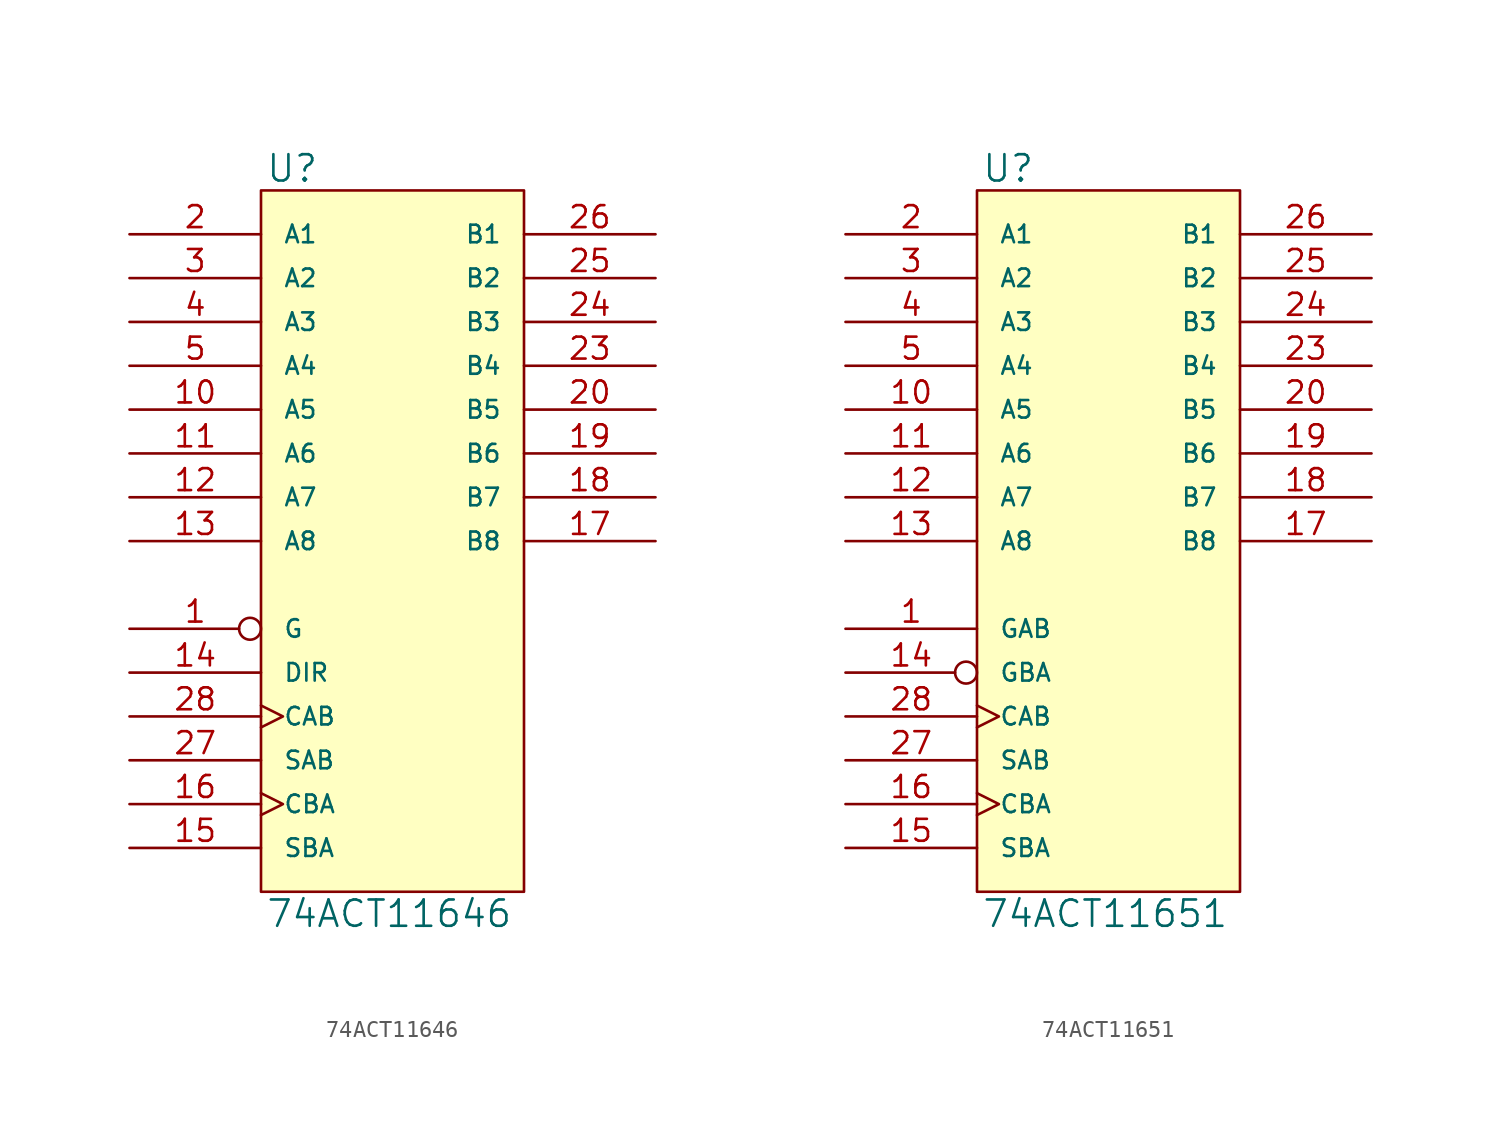
<source format=kicad_sym>
(kicad_symbol_lib
  (version 20231120)
  (generator "kicad_symbol_editor")
  (generator_version "8.0")
  (symbol "74ACT11646"
    (pin_names
      (offset 1.27))
    (property "Reference" "U"
      (at 0.254 0.381 0)
      (effects (font (size 1.524 1.524)) (justify left bottom)))
    (property "Value" "74ACT11646"
      (at 0.254 -41.021 0)
      (effects (font (size 1.524 1.524)) (justify left top)))
    (symbol "74ACT11646_0_1"
      (rectangle (start 0 0) (end 15.24 -40.64) (stroke (width 0) (type solid)) (fill (type background))))
    (symbol "74ACT11646_1_1"
      (pin input inverted (at -7.62 -25.4 0) (length 7.62) (name "G" (effects (font (size 1.016 1.016)))) (number "1" (effects (font (size 1.27 1.27)))))
      (pin bidirectional line (at -7.62 -12.7 0) (length 7.62) (name "A5" (effects (font (size 1.016 1.016)))) (number "10" (effects (font (size 1.27 1.27)))))
      (pin bidirectional line (at -7.62 -15.24 0) (length 7.62) (name "A6" (effects (font (size 1.016 1.016)))) (number "11" (effects (font (size 1.27 1.27)))))
      (pin bidirectional line (at -7.62 -17.78 0) (length 7.62) (name "A7" (effects (font (size 1.016 1.016)))) (number "12" (effects (font (size 1.27 1.27)))))
      (pin bidirectional line (at -7.62 -20.32 0) (length 7.62) (name "A8" (effects (font (size 1.016 1.016)))) (number "13" (effects (font (size 1.27 1.27)))))
      (pin input line (at -7.62 -27.94 0) (length 7.62) (name "DIR" (effects (font (size 1.016 1.016)))) (number "14" (effects (font (size 1.27 1.27)))))
      (pin input line (at -7.62 -38.1 0) (length 7.62) (name "SBA" (effects (font (size 1.016 1.016)))) (number "15" (effects (font (size 1.27 1.27)))))
      (pin input clock (at -7.62 -35.56 0) (length 7.62) (name "CBA" (effects (font (size 1.016 1.016)))) (number "16" (effects (font (size 1.27 1.27)))))
      (pin bidirectional line (at 22.86 -20.32 180) (length 7.62) (name "B8" (effects (font (size 1.016 1.016)))) (number "17" (effects (font (size 1.27 1.27)))))
      (pin bidirectional line (at 22.86 -17.78 180) (length 7.62) (name "B7" (effects (font (size 1.016 1.016)))) (number "18" (effects (font (size 1.27 1.27)))))
      (pin bidirectional line (at 22.86 -15.24 180) (length 7.62) (name "B6" (effects (font (size 1.016 1.016)))) (number "19" (effects (font (size 1.27 1.27)))))
      (pin bidirectional line (at -7.62 -2.54 0) (length 7.62) (name "A1" (effects (font (size 1.016 1.016)))) (number "2" (effects (font (size 1.27 1.27)))))
      (pin bidirectional line (at 22.86 -12.7 180) (length 7.62) (name "B5" (effects (font (size 1.016 1.016)))) (number "20" (effects (font (size 1.27 1.27)))))
      (pin power_in line (at 2.54 0 270) (length 0) hide (name "VCC" (effects (font (size 1.016 1.016)))) (number "21" (effects (font (size 1.27 1.27)))))
      (pin power_in line (at 0 0 270) (length 0) hide (name "VCC" (effects (font (size 1.016 1.016)))) (number "22" (effects (font (size 1.27 1.27)))))
      (pin bidirectional line (at 22.86 -10.16 180) (length 7.62) (name "B4" (effects (font (size 1.016 1.016)))) (number "23" (effects (font (size 1.27 1.27)))))
      (pin bidirectional line (at 22.86 -7.62 180) (length 7.62) (name "B3" (effects (font (size 1.016 1.016)))) (number "24" (effects (font (size 1.27 1.27)))))
      (pin bidirectional line (at 22.86 -5.08 180) (length 7.62) (name "B2" (effects (font (size 1.016 1.016)))) (number "25" (effects (font (size 1.27 1.27)))))
      (pin bidirectional line (at 22.86 -2.54 180) (length 7.62) (name "B1" (effects (font (size 1.016 1.016)))) (number "26" (effects (font (size 1.27 1.27)))))
      (pin input line (at -7.62 -33.02 0) (length 7.62) (name "SAB" (effects (font (size 1.016 1.016)))) (number "27" (effects (font (size 1.27 1.27)))))
      (pin input clock (at -7.62 -30.48 0) (length 7.62) (name "CAB" (effects (font (size 1.016 1.016)))) (number "28" (effects (font (size 1.27 1.27)))))
      (pin bidirectional line (at -7.62 -5.08 0) (length 7.62) (name "A2" (effects (font (size 1.016 1.016)))) (number "3" (effects (font (size 1.27 1.27)))))
      (pin bidirectional line (at -7.62 -7.62 0) (length 7.62) (name "A3" (effects (font (size 1.016 1.016)))) (number "4" (effects (font (size 1.27 1.27)))))
      (pin bidirectional line (at -7.62 -10.16 0) (length 7.62) (name "A4" (effects (font (size 1.016 1.016)))) (number "5" (effects (font (size 1.27 1.27)))))
      (pin power_in line (at 0 -40.64 90) (length 0) hide (name "GND" (effects (font (size 1.016 1.016)))) (number "6" (effects (font (size 1.27 1.27)))))
      (pin power_in line (at 2.54 -40.64 90) (length 0) hide (name "GND" (effects (font (size 1.016 1.016)))) (number "7" (effects (font (size 1.27 1.27)))))
      (pin power_in line (at 5.08 -40.64 90) (length 0) hide (name "GND" (effects (font (size 1.016 1.016)))) (number "8" (effects (font (size 1.27 1.27)))))
      (pin power_in line (at 7.62 -40.64 90) (length 0) hide (name "GND" (effects (font (size 1.016 1.016)))) (number "9" (effects (font (size 1.27 1.27)))))))
  (symbol "74ACT11651"
    (pin_names
      (offset 1.27))
    (property "Reference" "U"
      (at 0.254 0.381 0)
      (effects (font (size 1.524 1.524)) (justify left bottom)))
    (property "Value" "74ACT11651"
      (at 0.254 -41.021 0)
      (effects (font (size 1.524 1.524)) (justify left top)))
    (symbol "74ACT11651_0_1"
      (rectangle (start 0 0) (end 15.24 -40.64) (stroke (width 0) (type solid)) (fill (type background))))
    (symbol "74ACT11651_1_1"
      (pin input line (at -7.62 -25.4 0) (length 7.62) (name "GAB" (effects (font (size 1.016 1.016)))) (number "1" (effects (font (size 1.27 1.27)))))
      (pin bidirectional line (at -7.62 -12.7 0) (length 7.62) (name "A5" (effects (font (size 1.016 1.016)))) (number "10" (effects (font (size 1.27 1.27)))))
      (pin bidirectional line (at -7.62 -15.24 0) (length 7.62) (name "A6" (effects (font (size 1.016 1.016)))) (number "11" (effects (font (size 1.27 1.27)))))
      (pin bidirectional line (at -7.62 -17.78 0) (length 7.62) (name "A7" (effects (font (size 1.016 1.016)))) (number "12" (effects (font (size 1.27 1.27)))))
      (pin bidirectional line (at -7.62 -20.32 0) (length 7.62) (name "A8" (effects (font (size 1.016 1.016)))) (number "13" (effects (font (size 1.27 1.27)))))
      (pin input inverted (at -7.62 -27.94 0) (length 7.62) (name "GBA" (effects (font (size 1.016 1.016)))) (number "14" (effects (font (size 1.27 1.27)))))
      (pin input line (at -7.62 -38.1 0) (length 7.62) (name "SBA" (effects (font (size 1.016 1.016)))) (number "15" (effects (font (size 1.27 1.27)))))
      (pin input clock (at -7.62 -35.56 0) (length 7.62) (name "CBA" (effects (font (size 1.016 1.016)))) (number "16" (effects (font (size 1.27 1.27)))))
      (pin bidirectional line (at 22.86 -20.32 180) (length 7.62) (name "B8" (effects (font (size 1.016 1.016)))) (number "17" (effects (font (size 1.27 1.27)))))
      (pin bidirectional line (at 22.86 -17.78 180) (length 7.62) (name "B7" (effects (font (size 1.016 1.016)))) (number "18" (effects (font (size 1.27 1.27)))))
      (pin bidirectional line (at 22.86 -15.24 180) (length 7.62) (name "B6" (effects (font (size 1.016 1.016)))) (number "19" (effects (font (size 1.27 1.27)))))
      (pin bidirectional line (at -7.62 -2.54 0) (length 7.62) (name "A1" (effects (font (size 1.016 1.016)))) (number "2" (effects (font (size 1.27 1.27)))))
      (pin bidirectional line (at 22.86 -12.7 180) (length 7.62) (name "B5" (effects (font (size 1.016 1.016)))) (number "20" (effects (font (size 1.27 1.27)))))
      (pin power_in line (at 2.54 0 270) (length 0) hide (name "VCC" (effects (font (size 1.016 1.016)))) (number "21" (effects (font (size 1.27 1.27)))))
      (pin power_in line (at 0 0 270) (length 0) hide (name "VCC" (effects (font (size 1.016 1.016)))) (number "22" (effects (font (size 1.27 1.27)))))
      (pin bidirectional line (at 22.86 -10.16 180) (length 7.62) (name "B4" (effects (font (size 1.016 1.016)))) (number "23" (effects (font (size 1.27 1.27)))))
      (pin bidirectional line (at 22.86 -7.62 180) (length 7.62) (name "B3" (effects (font (size 1.016 1.016)))) (number "24" (effects (font (size 1.27 1.27)))))
      (pin bidirectional line (at 22.86 -5.08 180) (length 7.62) (name "B2" (effects (font (size 1.016 1.016)))) (number "25" (effects (font (size 1.27 1.27)))))
      (pin bidirectional line (at 22.86 -2.54 180) (length 7.62) (name "B1" (effects (font (size 1.016 1.016)))) (number "26" (effects (font (size 1.27 1.27)))))
      (pin input line (at -7.62 -33.02 0) (length 7.62) (name "SAB" (effects (font (size 1.016 1.016)))) (number "27" (effects (font (size 1.27 1.27)))))
      (pin input clock (at -7.62 -30.48 0) (length 7.62) (name "CAB" (effects (font (size 1.016 1.016)))) (number "28" (effects (font (size 1.27 1.27)))))
      (pin bidirectional line (at -7.62 -5.08 0) (length 7.62) (name "A2" (effects (font (size 1.016 1.016)))) (number "3" (effects (font (size 1.27 1.27)))))
      (pin bidirectional line (at -7.62 -7.62 0) (length 7.62) (name "A3" (effects (font (size 1.016 1.016)))) (number "4" (effects (font (size 1.27 1.27)))))
      (pin bidirectional line (at -7.62 -10.16 0) (length 7.62) (name "A4" (effects (font (size 1.016 1.016)))) (number "5" (effects (font (size 1.27 1.27)))))
      (pin power_in line (at 0 -40.64 90) (length 0) hide (name "GND" (effects (font (size 1.016 1.016)))) (number "6" (effects (font (size 1.27 1.27)))))
      (pin power_in line (at 2.54 -40.64 90) (length 0) hide (name "GND" (effects (font (size 1.016 1.016)))) (number "7" (effects (font (size 1.27 1.27)))))
      (pin power_in line (at 5.08 -40.64 90) (length 0) hide (name "GND" (effects (font (size 1.016 1.016)))) (number "8" (effects (font (size 1.27 1.27)))))
      (pin power_in line (at 7.62 -40.64 90) (length 0) hide (name "GND" (effects (font (size 1.016 1.016)))) (number "9" (effects (font (size 1.27 1.27))))))))
</source>
